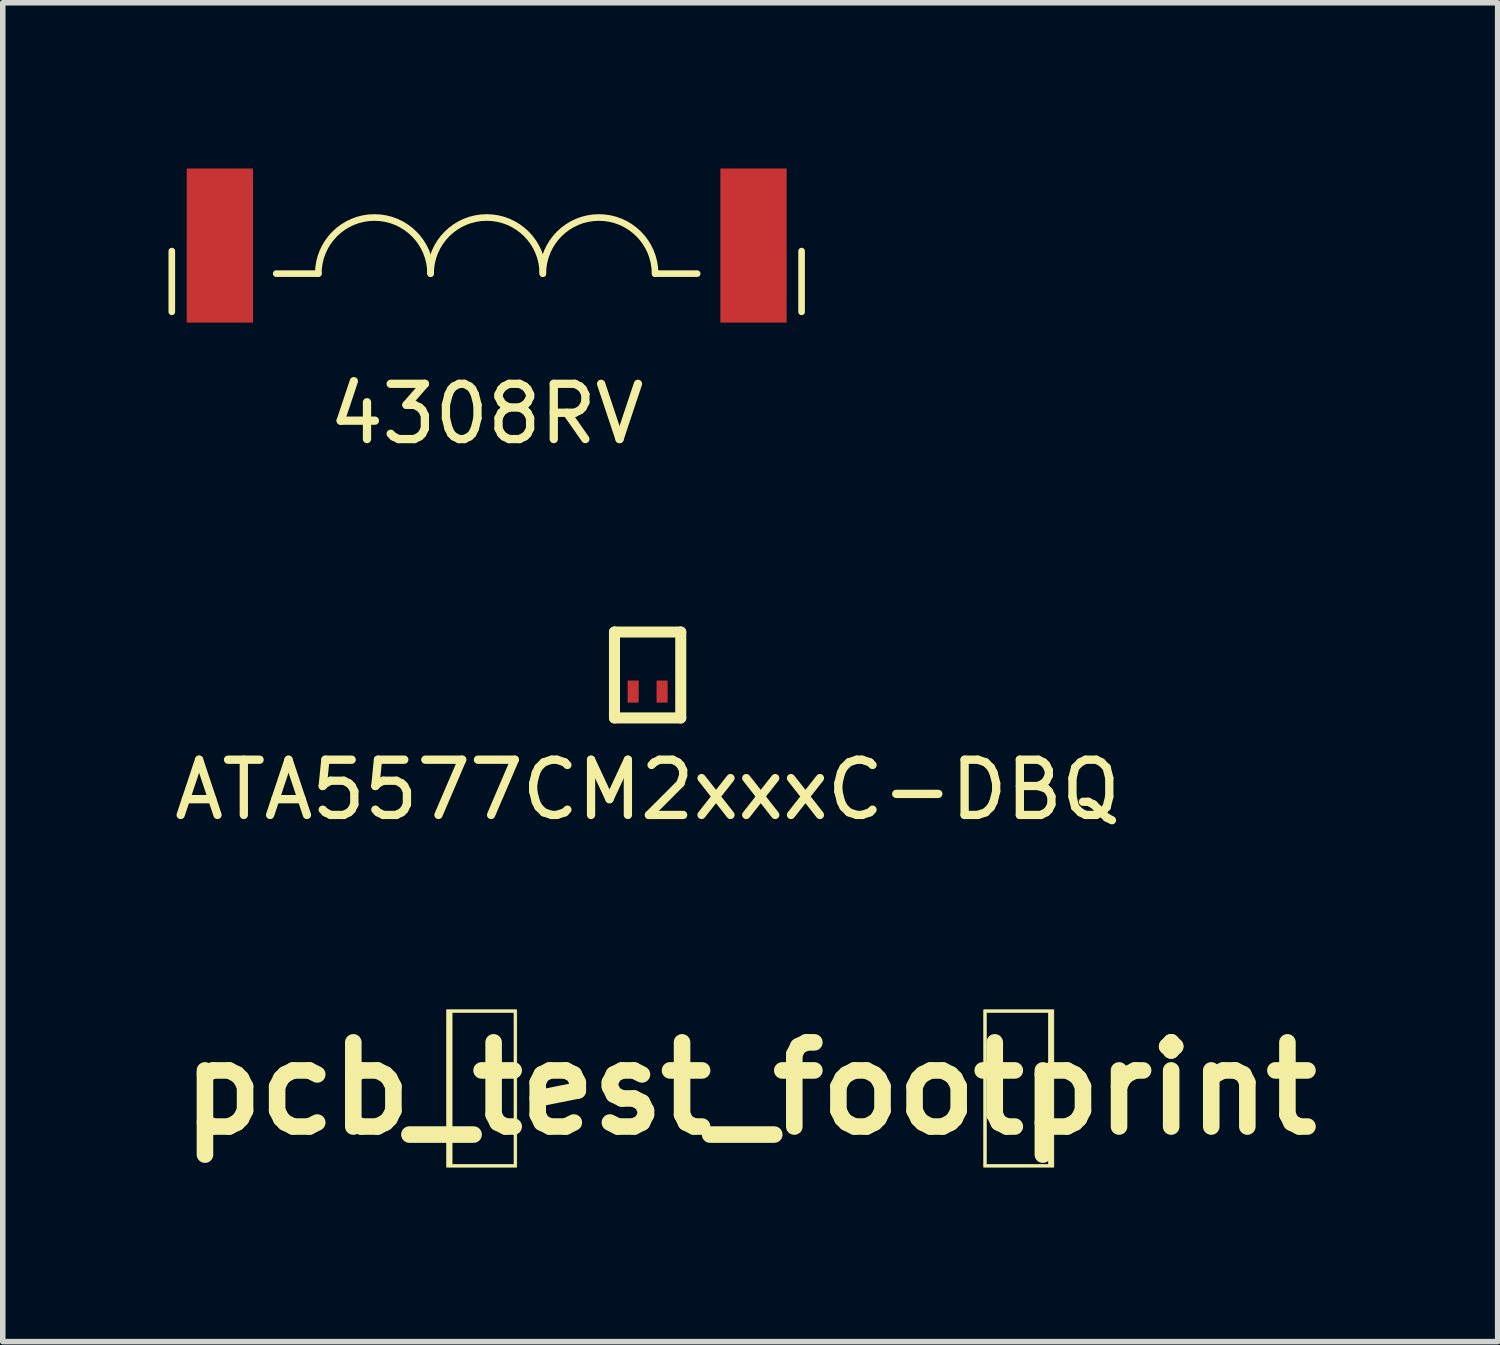
<source format=kicad_pcb>
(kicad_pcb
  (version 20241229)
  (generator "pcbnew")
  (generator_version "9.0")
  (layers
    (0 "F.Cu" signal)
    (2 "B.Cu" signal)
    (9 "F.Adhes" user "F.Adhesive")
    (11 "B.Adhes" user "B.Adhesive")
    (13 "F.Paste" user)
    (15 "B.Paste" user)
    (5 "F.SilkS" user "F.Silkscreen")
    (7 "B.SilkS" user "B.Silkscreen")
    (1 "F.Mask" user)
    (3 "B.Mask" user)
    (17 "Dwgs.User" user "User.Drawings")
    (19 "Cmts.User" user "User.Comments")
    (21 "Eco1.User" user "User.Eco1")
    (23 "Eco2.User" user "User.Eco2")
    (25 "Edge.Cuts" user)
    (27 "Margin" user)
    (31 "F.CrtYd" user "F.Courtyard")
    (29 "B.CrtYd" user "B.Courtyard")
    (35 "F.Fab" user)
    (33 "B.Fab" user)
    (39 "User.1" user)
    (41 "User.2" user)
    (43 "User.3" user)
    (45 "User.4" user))
  (footprint "pcb_test_footprint"
    (layer "F.Cu")
    (at 10.53 16.653)
    (property "Reference" "pcb_test_footprint" (at 0 0 0) (layer "F.SilkS") (effects (font (size 1.524 1.524) (thickness 0.3))))
    (attr through_hole)
    (fp_poly (pts (xy -4.225 1.425) (xy -5.497 1.425) (xy -5.497 -1.374) (xy -5.396 -1.374) (xy -5.396 1.374) (xy -4.276 1.374) (xy -4.276 -1.374) (xy -5.396 -1.374) (xy -5.497 -1.374) (xy -5.497 -1.425) (xy -4.225 -1.425) (xy -4.225 1.425)) (stroke (width 0.01) (type solid)) (fill yes) (layer "F.SilkS"))
    (fp_poly (pts (xy 5.497 1.425) (xy 4.225 1.425) (xy 4.225 -1.374) (xy 4.276 -1.374) (xy 4.276 1.374) (xy 5.396 1.374) (xy 5.396 -1.374) (xy 4.276 -1.374) (xy 4.225 -1.374) (xy 4.225 -1.425) (xy 5.497 -1.425) (xy 5.497 1.425)) (stroke (width 0.01) (type solid)) (fill yes) (layer "F.SilkS"))
    (fp_poly (pts (xy 6.68 -1.127) (xy 6.896 -1.003) (xy 7.047 -0.812) (xy 7.121 -0.563) (xy 7.126 -0.468) (xy 7.083 -0.194) (xy 6.96 0.024) (xy 6.768 0.174) (xy 6.516 0.248) (xy 6.414 0.254) (xy 6.193 0.224) (xy 6.022 0.155) (xy 5.837 -0.008) (xy 5.731 -0.21) (xy 5.712 -0.336) (xy 5.762 -0.336) (xy 5.84 -0.124) (xy 5.986 0.049) (xy 6.189 0.165) (xy 6.421 0.204) (xy 6.591 0.192) (xy 6.718 0.143) (xy 6.853 0.035) (xy 6.86 0.029) (xy 6.966 -0.076) (xy 7.023 -0.167) (xy 7.046 -0.284) (xy 7.05 -0.453) (xy 7.044 -0.634) (xy 7.018 -0.753) (xy 6.959 -0.848) (xy 6.891 -0.921) (xy 6.687 -1.06) (xy 6.456 -1.114) (xy 6.224 -1.086) (xy 6.013 -0.979) (xy 5.852 -0.799) (xy 5.762 -0.567) (xy 5.762 -0.336) (xy 5.712 -0.336) (xy 5.698 -0.431) (xy 5.732 -0.654) (xy 5.828 -0.857) (xy 5.981 -1.024) (xy 6.184 -1.135) (xy 6.409 -1.171) (xy 6.68 -1.127)) (stroke (width 0.01) (type solid)) (fill no) (layer "Eco2.User"))
    (fp_poly (pts (xy -6.288 -1.158) (xy -6.058 -1.076) (xy -5.872 -0.928) (xy -5.783 -0.793) (xy -5.705 -0.53) (xy -5.716 -0.28) (xy -5.807 -0.061) (xy -5.967 0.112) (xy -6.187 0.222) (xy -6.414 0.254) (xy -6.634 0.224) (xy -6.806 0.155) (xy -6.982 -0.006) (xy -7.088 -0.215) (xy -7.126 -0.448) (xy -7.126 -0.453) (xy -7.05 -0.453) (xy -7.045 -0.276) (xy -7.021 -0.162) (xy -6.962 -0.071) (xy -6.86 0.029) (xy -6.723 0.14) (xy -6.597 0.191) (xy -6.43 0.204) (xy -6.421 0.204) (xy -6.201 0.179) (xy -6.04 0.099) (xy -6.038 0.097) (xy -5.863 -0.092) (xy -5.773 -0.306) (xy -5.759 -0.525) (xy -5.816 -0.733) (xy -5.935 -0.91) (xy -6.111 -1.041) (xy -6.335 -1.106) (xy -6.505 -1.106) (xy -6.715 -1.05) (xy -6.89 -0.922) (xy -6.891 -0.921) (xy -6.981 -0.819) (xy -7.029 -0.721) (xy -7.047 -0.587) (xy -7.05 -0.453) (xy -7.126 -0.453) (xy -7.096 -0.682) (xy -6.998 -0.893) (xy -6.833 -1.058) (xy -6.775 -1.092) (xy -6.535 -1.166) (xy -6.288 -1.158)) (stroke (width 0.01) (type solid)) (fill no) (layer "Eco2.User"))
    (fp_poly (pts (xy 7.015 -1.412) (xy 7.179 -1.277) (xy 7.331 -1.111) (xy 7.368 -1.06) (xy 7.508 -0.848) (xy 7.539 1.578) (xy -7.539 1.578) (xy -7.538 1.527) (xy -7.483 1.527) (xy 7.483 1.527) (xy 7.481 0.42) (xy 7.479 0.009) (xy 7.471 -0.315) (xy 7.455 -0.567) (xy 7.427 -0.759) (xy 7.384 -0.908) (xy 7.325 -1.028) (xy 7.244 -1.132) (xy 7.145 -1.232) (xy 7.103 -1.274) (xy 7.065 -1.312) (xy 7.027 -1.345) (xy 6.983 -1.376) (xy 6.928 -1.402) (xy 6.858 -1.426) (xy 6.766 -1.446) (xy 6.648 -1.463) (xy 6.498 -1.478) (xy 6.31 -1.49) (xy 6.081 -1.5) (xy 5.803 -1.508) (xy 5.473 -1.515) (xy 5.085 -1.519) (xy 4.633 -1.523) (xy 4.112 -1.525) (xy 3.518 -1.526) (xy 2.844 -1.527) (xy 2.086 -1.527) (xy 1.238 -1.527) (xy 0.296 -1.527) (xy 0 -1.527) (xy -0.972 -1.527) (xy -1.847 -1.527) (xy -2.631 -1.527) (xy -3.329 -1.527) (xy -3.946 -1.526) (xy -4.487 -1.524) (xy -4.959 -1.521) (xy -5.365 -1.516) (xy -5.712 -1.51) (xy -6.004 -1.503) (xy -6.247 -1.493) (xy -6.447 -1.482) (xy -6.607 -1.468) (xy -6.734 -1.451) (xy -6.833 -1.432) (xy -6.91 -1.409) (xy -6.968 -1.384) (xy -7.015 -1.355) (xy -7.054 -1.322) (xy -7.091 -1.285) (xy -7.132 -1.244) (xy -7.145 -1.232) (xy -7.248 -1.128) (xy -7.327 -1.023) (xy -7.386 -0.903) (xy -7.428 -0.753) (xy -7.456 -0.558) (xy -7.472 -0.304) (xy -7.479 0.023) (xy -7.481 0.42) (xy -7.483 1.527) (xy -7.538 1.527) (xy -7.508 -0.848) (xy -7.368 -1.06) (xy -7.232 -1.224) (xy -7.066 -1.375) (xy -7.015 -1.412) (xy -6.803 -1.553) (xy 6.803 -1.553) (xy 7.015 -1.412)) (stroke (width 0.01) (type solid)) (fill no) (layer "Eco2.User")))
  (footprint "4308RV"
    (layer "F.Cu")
    (at 5.76 1.395)
    (property "Reference" "4308RV" (at 0 3.048 0) (layer "F.SilkS") (effects (font (size 1 1) (thickness 0.15))))
    (attr through_hole)
    (fp_line (start -5.7 0.1) (end -5.7 1.2) (stroke (width 0.12) (type solid)) (layer "F.SilkS"))
    (fp_line (start -3.048 0.508) (end -3.81 0.508) (stroke (width 0.12) (type solid)) (layer "F.SilkS"))
    (fp_line (start 3.048 0.508) (end 3.81 0.508) (stroke (width 0.12) (type solid)) (layer "F.SilkS"))
    (fp_line (start 5.7 0.1) (end 5.7 1.2) (stroke (width 0.12) (type solid)) (layer "F.SilkS"))
    (fp_arc (start -3.048 0.508) (mid -2.032 -0.508) (end -1.016 0.508) (stroke (width 0.12) (type solid)) (layer "F.SilkS"))
    (fp_arc (start -1.016 0.508) (mid 0 -0.508) (end 1.016 0.508) (stroke (width 0.12) (type solid)) (layer "F.SilkS"))
    (fp_arc (start 1.016 0.508) (mid 2.032 -0.508) (end 3.048 0.508) (stroke (width 0.12) (type solid)) (layer "F.SilkS"))
    (pad "A1" smd rect (at 4.23 0) (size 1.2 2.79) (drill (offset 0.6 0)) (layers "F.Cu" "F.Mask" "F.Paste"))
    (pad "A2" smd rect (at -4.23 0 180) (size 1.2 2.79) (drill (offset 0.6 0)) (layers "F.Cu" "F.Mask" "F.Paste")))
  (footprint "ATA5577CM2xxxC-DBQ"
    (layer "F.Cu")
    (at 8.673 9.469)
    (property "Reference" "ATA5577CM2xxxC-DBQ" (at 0 1.778 0) (layer "F.SilkS") (effects (font (size 1 1) (thickness 0.15))))
    (attr through_hole)
    (fp_line (start -0.6 -1.078) (end 0.6 -1.078) (stroke (width 0.2) (type solid)) (layer "F.SilkS"))
    (fp_line (start -0.6 0.477) (end -0.6 -1.078) (stroke (width 0.2) (type solid)) (layer "F.SilkS"))
    (fp_line (start -0.6 0.477) (end 0.6 0.477) (stroke (width 0.2) (type solid)) (layer "F.SilkS"))
    (fp_line (start 0.6 0.477) (end 0.6 -1.078) (stroke (width 0.2) (type solid)) (layer "F.SilkS"))
    (pad "C1" smd rect (at 0.262 0) (size 0.2 0.4) (layers "F.Cu" "F.Mask" "F.Paste"))
    (pad "C2" smd rect (at -0.262 0) (size 0.2 0.4) (layers "F.Cu" "F.Mask" "F.Paste")))
  (gr_rect
    (start -3 -3)
    (end 24.06 21.236)
    (stroke (width 0.1) (type default))
    (fill no)
    (layer "Edge.Cuts")))
</source>
